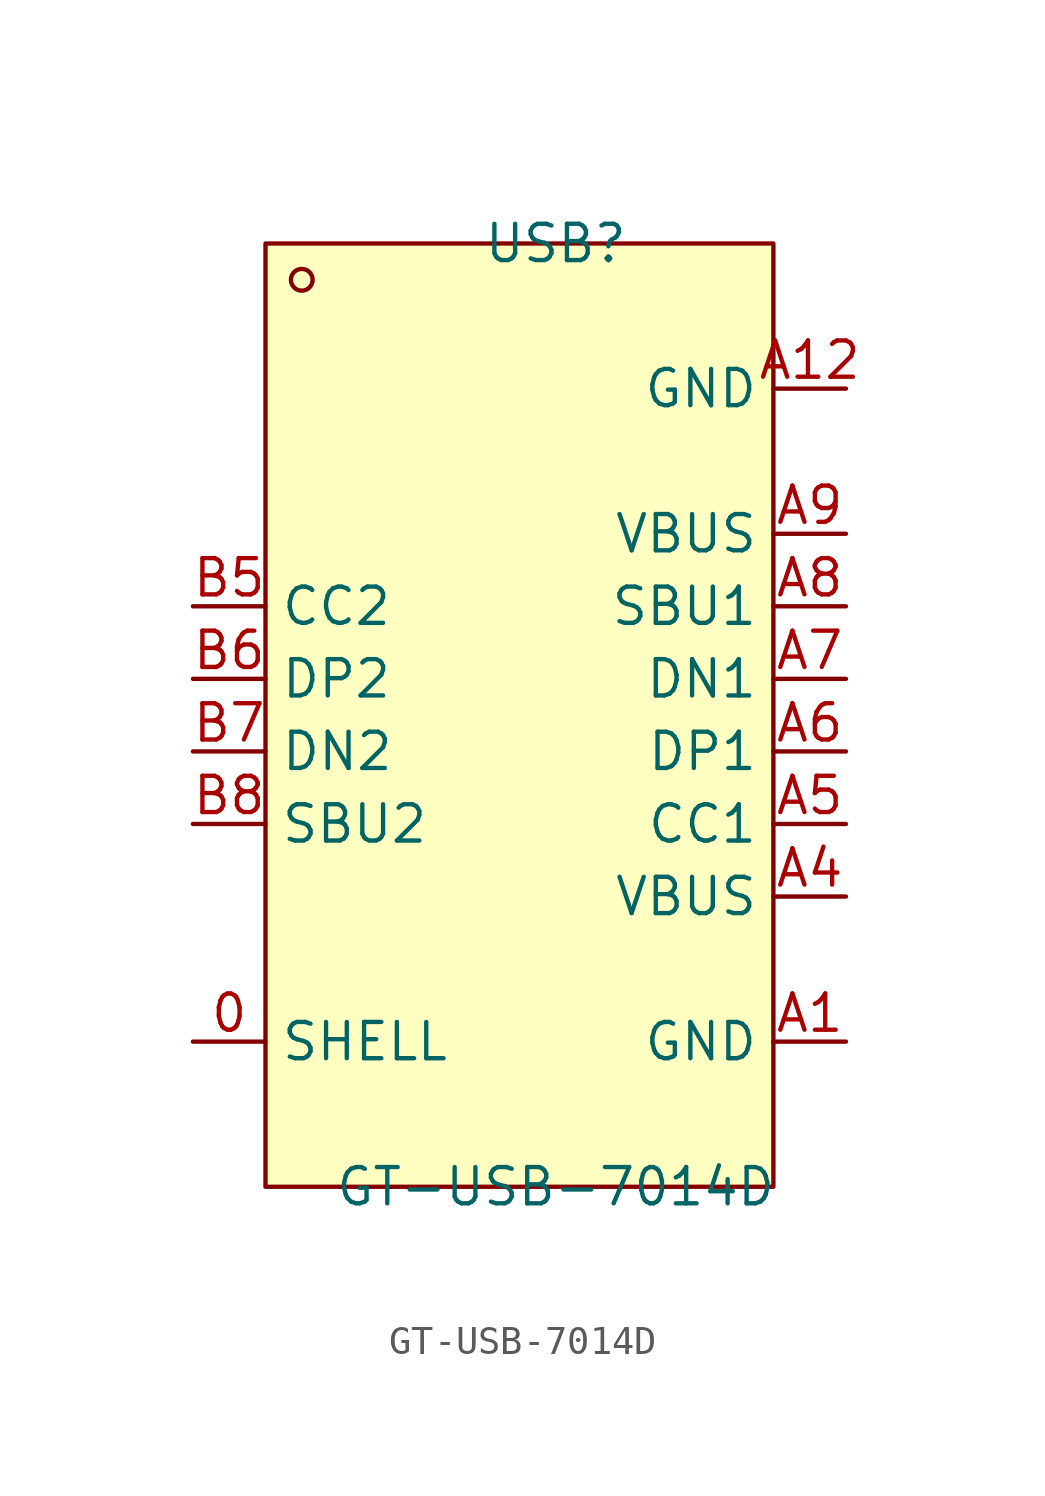
<source format=kicad_sym>
(kicad_symbol_lib
  (version 20211014)
  (generator https://github.com/uPesy/easyeda2kicad.py)
  (symbol "GT-USB-7014D"
    (property "Reference" "USB"
      (at 0 17.78 0)
      (effects (font (size 1.27 1.27))))
    (property "Value" "GT-USB-7014D"
      (at 0 -15.24 0)
      (effects (font (size 1.27 1.27))))
    (symbol "GT-USB-7014D_0_1"
      (rectangle (start -10.16 17.78) (end 7.62 -15.24) (stroke (width 0) (type default) (color 0 0 0 0)) (fill (type background)))
      (circle (center -8.89 16.51) (radius 0.38) (stroke (width 0) (type default) (color 0 0 0 0)) (fill (type none)))
      (pin unspecified line (at -12.70 5.08 0) (length 2.54) (name "CC2" (effects (font (size 1.27 1.27)))) (number "B5" (effects (font (size 1.27 1.27)))))
      (pin unspecified line (at -12.70 2.54 0) (length 2.54) (name "DP2" (effects (font (size 1.27 1.27)))) (number "B6" (effects (font (size 1.27 1.27)))))
      (pin unspecified line (at -12.70 -0.00 0) (length 2.54) (name "DN2" (effects (font (size 1.27 1.27)))) (number "B7" (effects (font (size 1.27 1.27)))))
      (pin unspecified line (at -12.70 -2.54 0) (length 2.54) (name "SBU2" (effects (font (size 1.27 1.27)))) (number "B8" (effects (font (size 1.27 1.27)))))
      (pin unspecified line (at -12.70 -10.16 0) (length 2.54) (name "SHELL" (effects (font (size 1.27 1.27)))) (number "0" (effects (font (size 1.27 1.27)))))
      (pin unspecified line (at 10.16 -10.16 180) (length 2.54) (name "GND" (effects (font (size 1.27 1.27)))) (number "A1" (effects (font (size 1.27 1.27)))))
      (pin unspecified line (at 10.16 -5.08 180) (length 2.54) (name "VBUS" (effects (font (size 1.27 1.27)))) (number "A4" (effects (font (size 1.27 1.27)))))
      (pin unspecified line (at 10.16 -2.54 180) (length 2.54) (name "CC1" (effects (font (size 1.27 1.27)))) (number "A5" (effects (font (size 1.27 1.27)))))
      (pin unspecified line (at 10.16 -0.00 180) (length 2.54) (name "DP1" (effects (font (size 1.27 1.27)))) (number "A6" (effects (font (size 1.27 1.27)))))
      (pin unspecified line (at 10.16 2.54 180) (length 2.54) (name "DN1" (effects (font (size 1.27 1.27)))) (number "A7" (effects (font (size 1.27 1.27)))))
      (pin unspecified line (at 10.16 5.08 180) (length 2.54) (name "SBU1" (effects (font (size 1.27 1.27)))) (number "A8" (effects (font (size 1.27 1.27)))))
      (pin unspecified line (at 10.16 7.62 180) (length 2.54) (name "VBUS" (effects (font (size 1.27 1.27)))) (number "A9" (effects (font (size 1.27 1.27)))))
      (pin unspecified line (at 10.16 12.70 180) (length 2.54) (name "GND" (effects (font (size 1.27 1.27)))) (number "A12" (effects (font (size 1.27 1.27))))))))
</source>
